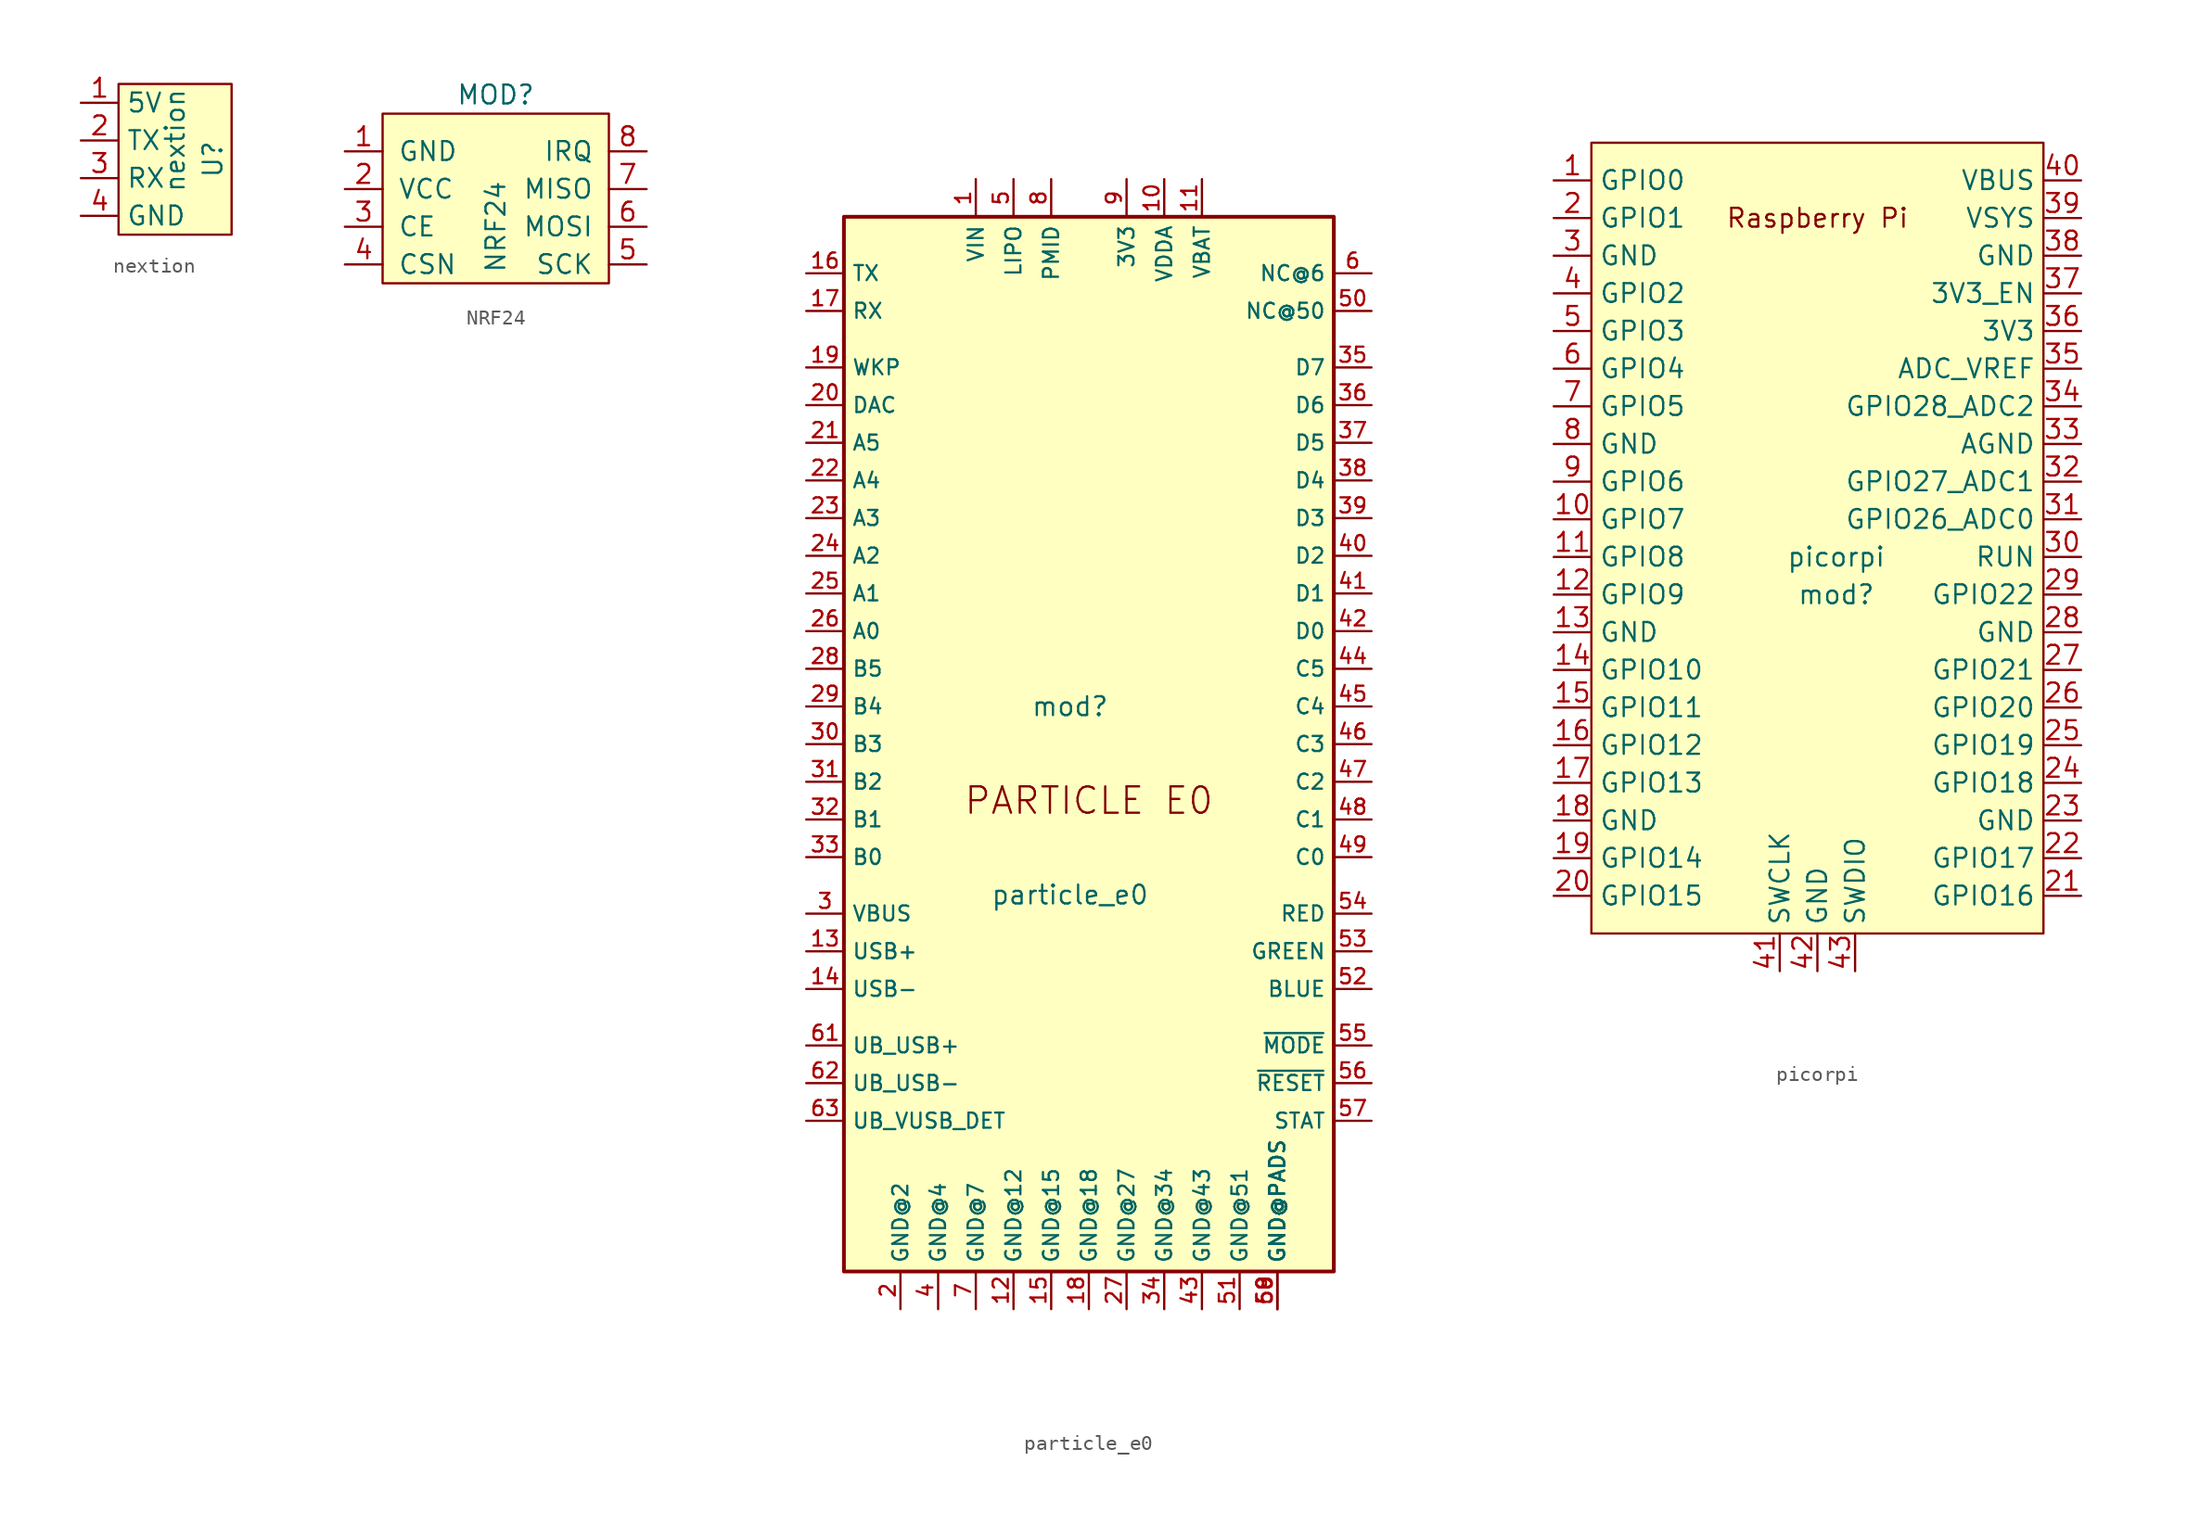
<source format=kicad_sym>
(kicad_symbol_lib
  (version 20201005)
  (generator kicad_symbol_editor)
  (symbol "modulles:nextion"
    (property "Reference" "U"
      (at 6.35 -3.81 90)
      (effects (font (size 1.27 1.27))))
    (property "Value" "nextion"
      (at 3.81 -2.54 90)
      (effects (font (size 1.27 1.27))))
    (symbol "nextion_0_1"
      (rectangle (start 0 1.27) (end 7.62 -8.89) (stroke (width 0.152)) (fill (type background))))
    (symbol "nextion_1_1"
      (pin power_in line (at -2.54 0 0) (length 2.54) (name "5V" (effects (font (size 1.27 1.27)))) (number "1" (effects (font (size 1.27 1.27)))))
      (pin output line (at -2.54 -2.54 0) (length 2.54) (name "TX" (effects (font (size 1.27 1.27)))) (number "2" (effects (font (size 1.27 1.27)))))
      (pin output line (at -2.54 -5.08 0) (length 2.54) (name "RX" (effects (font (size 1.27 1.27)))) (number "3" (effects (font (size 1.27 1.27)))))
      (pin power_out line (at -2.54 -7.62 0) (length 2.54) (name "GND" (effects (font (size 1.27 1.27)))) (number "4" (effects (font (size 1.27 1.27)))))))
  (symbol "modulles:NRF24"
    (pin_names
      (offset 1.016))
    (property "Reference" "MOD"
      (at 0 8.89 0)
      (effects (font (size 1.27 1.27))))
    (property "Value" "NRF24"
      (at 0 0 90)
      (effects (font (size 1.27 1.27))))
    (symbol "NRF24_0_1"
      (rectangle (start -7.62 7.62) (end 7.62 -3.81) (stroke (width 0)) (fill (type background))))
    (symbol "NRF24_1_1"
      (pin unspecified line (at -10.16 5.08 0) (length 2.54) (name "GND" (effects (font (size 1.27 1.27)))) (number "1" (effects (font (size 1.27 1.27)))))
      (pin unspecified line (at -10.16 2.54 0) (length 2.54) (name "VCC" (effects (font (size 1.27 1.27)))) (number "2" (effects (font (size 1.27 1.27)))))
      (pin unspecified line (at -10.16 0 0) (length 2.54) (name "CE" (effects (font (size 1.27 1.27)))) (number "3" (effects (font (size 1.27 1.27)))))
      (pin unspecified line (at -10.16 -2.54 0) (length 2.54) (name "CSN" (effects (font (size 1.27 1.27)))) (number "4" (effects (font (size 1.27 1.27)))))
      (pin unspecified line (at 10.16 -2.54 180) (length 2.54) (name "SCK" (effects (font (size 1.27 1.27)))) (number "5" (effects (font (size 1.27 1.27)))))
      (pin unspecified line (at 10.16 0 180) (length 2.54) (name "MOSI" (effects (font (size 1.27 1.27)))) (number "6" (effects (font (size 1.27 1.27)))))
      (pin unspecified line (at 10.16 2.54 180) (length 2.54) (name "MISO" (effects (font (size 1.27 1.27)))) (number "7" (effects (font (size 1.27 1.27)))))
      (pin unspecified line (at 10.16 5.08 180) (length 2.54) (name "IRQ" (effects (font (size 1.27 1.27)))) (number "8" (effects (font (size 1.27 1.27)))))))
  (symbol "modulles:particle_e0"
    (property "Reference" "mod"
      (at -1.27 -1.27 0)
      (effects (font (size 1.27 1.27))))
    (property "Value" "particle_e0"
      (at -1.27 -13.97 0)
      (effects (font (size 1.27 1.27))))
    (symbol "particle_e0_0_0"
      (text "PARTICLE E0" (at 0 -7.62 0) (effects (font (size 1.778 1.778))))
      (rectangle (start -16.51 -39.37) (end 16.51 31.75) (stroke (width 0.254)) (fill (type background)))
      (pin bidirectional line (at -7.62 34.29 270) (length 2.54) (name "VIN" (effects (font (size 1.016 1.016)))) (number "1" (effects (font (size 1.016 1.016)))))
      (pin bidirectional line (at 5.08 34.29 270) (length 2.54) (name "VDDA" (effects (font (size 1.016 1.016)))) (number "10" (effects (font (size 1.016 1.016)))))
      (pin bidirectional line (at 7.62 34.29 270) (length 2.54) (name "VBAT" (effects (font (size 1.016 1.016)))) (number "11" (effects (font (size 1.016 1.016)))))
      (pin bidirectional line (at -5.08 -41.91 90) (length 2.54) (name "GND@12" (effects (font (size 1.016 1.016)))) (number "12" (effects (font (size 1.016 1.016)))))
      (pin bidirectional line (at -19.05 -17.78 0) (length 2.54) (name "USB+" (effects (font (size 1.016 1.016)))) (number "13" (effects (font (size 1.016 1.016)))))
      (pin bidirectional line (at -19.05 -20.32 0) (length 2.54) (name "USB-" (effects (font (size 1.016 1.016)))) (number "14" (effects (font (size 1.016 1.016)))))
      (pin bidirectional line (at -2.54 -41.91 90) (length 2.54) (name "GND@15" (effects (font (size 1.016 1.016)))) (number "15" (effects (font (size 1.016 1.016)))))
      (pin bidirectional line (at -19.05 27.94 0) (length 2.54) (name "TX" (effects (font (size 1.016 1.016)))) (number "16" (effects (font (size 1.016 1.016)))))
      (pin bidirectional line (at -19.05 25.4 0) (length 2.54) (name "RX" (effects (font (size 1.016 1.016)))) (number "17" (effects (font (size 1.016 1.016)))))
      (pin bidirectional line (at 0 -41.91 90) (length 2.54) (name "GND@18" (effects (font (size 1.016 1.016)))) (number "18" (effects (font (size 1.016 1.016)))))
      (pin bidirectional line (at -19.05 21.59 0) (length 2.54) (name "WKP" (effects (font (size 1.016 1.016)))) (number "19" (effects (font (size 1.016 1.016)))))
      (pin bidirectional line (at -12.7 -41.91 90) (length 2.54) (name "GND@2" (effects (font (size 1.016 1.016)))) (number "2" (effects (font (size 1.016 1.016)))))
      (pin bidirectional line (at -19.05 19.05 0) (length 2.54) (name "DAC" (effects (font (size 1.016 1.016)))) (number "20" (effects (font (size 1.016 1.016)))))
      (pin bidirectional line (at -19.05 16.51 0) (length 2.54) (name "A5" (effects (font (size 1.016 1.016)))) (number "21" (effects (font (size 1.016 1.016)))))
      (pin bidirectional line (at -19.05 13.97 0) (length 2.54) (name "A4" (effects (font (size 1.016 1.016)))) (number "22" (effects (font (size 1.016 1.016)))))
      (pin bidirectional line (at -19.05 11.43 0) (length 2.54) (name "A3" (effects (font (size 1.016 1.016)))) (number "23" (effects (font (size 1.016 1.016)))))
      (pin bidirectional line (at -19.05 8.89 0) (length 2.54) (name "A2" (effects (font (size 1.016 1.016)))) (number "24" (effects (font (size 1.016 1.016)))))
      (pin bidirectional line (at -19.05 6.35 0) (length 2.54) (name "A1" (effects (font (size 1.016 1.016)))) (number "25" (effects (font (size 1.016 1.016)))))
      (pin bidirectional line (at -19.05 3.81 0) (length 2.54) (name "A0" (effects (font (size 1.016 1.016)))) (number "26" (effects (font (size 1.016 1.016)))))
      (pin bidirectional line (at 2.54 -41.91 90) (length 2.54) (name "GND@27" (effects (font (size 1.016 1.016)))) (number "27" (effects (font (size 1.016 1.016)))))
      (pin bidirectional line (at -19.05 1.27 0) (length 2.54) (name "B5" (effects (font (size 1.016 1.016)))) (number "28" (effects (font (size 1.016 1.016)))))
      (pin bidirectional line (at -19.05 -1.27 0) (length 2.54) (name "B4" (effects (font (size 1.016 1.016)))) (number "29" (effects (font (size 1.016 1.016)))))
      (pin bidirectional line (at -19.05 -15.24 0) (length 2.54) (name "VBUS" (effects (font (size 1.016 1.016)))) (number "3" (effects (font (size 1.016 1.016)))))
      (pin bidirectional line (at -19.05 -3.81 0) (length 2.54) (name "B3" (effects (font (size 1.016 1.016)))) (number "30" (effects (font (size 1.016 1.016)))))
      (pin bidirectional line (at -19.05 -6.35 0) (length 2.54) (name "B2" (effects (font (size 1.016 1.016)))) (number "31" (effects (font (size 1.016 1.016)))))
      (pin bidirectional line (at -19.05 -8.89 0) (length 2.54) (name "B1" (effects (font (size 1.016 1.016)))) (number "32" (effects (font (size 1.016 1.016)))))
      (pin bidirectional line (at -19.05 -11.43 0) (length 2.54) (name "B0" (effects (font (size 1.016 1.016)))) (number "33" (effects (font (size 1.016 1.016)))))
      (pin bidirectional line (at 5.08 -41.91 90) (length 2.54) (name "GND@34" (effects (font (size 1.016 1.016)))) (number "34" (effects (font (size 1.016 1.016)))))
      (pin bidirectional line (at 19.05 21.59 180) (length 2.54) (name "D7" (effects (font (size 1.016 1.016)))) (number "35" (effects (font (size 1.016 1.016)))))
      (pin bidirectional line (at 19.05 19.05 180) (length 2.54) (name "D6" (effects (font (size 1.016 1.016)))) (number "36" (effects (font (size 1.016 1.016)))))
      (pin bidirectional line (at 19.05 16.51 180) (length 2.54) (name "D5" (effects (font (size 1.016 1.016)))) (number "37" (effects (font (size 1.016 1.016)))))
      (pin bidirectional line (at 19.05 13.97 180) (length 2.54) (name "D4" (effects (font (size 1.016 1.016)))) (number "38" (effects (font (size 1.016 1.016)))))
      (pin bidirectional line (at 19.05 11.43 180) (length 2.54) (name "D3" (effects (font (size 1.016 1.016)))) (number "39" (effects (font (size 1.016 1.016)))))
      (pin bidirectional line (at -10.16 -41.91 90) (length 2.54) (name "GND@4" (effects (font (size 1.016 1.016)))) (number "4" (effects (font (size 1.016 1.016)))))
      (pin bidirectional line (at 19.05 8.89 180) (length 2.54) (name "D2" (effects (font (size 1.016 1.016)))) (number "40" (effects (font (size 1.016 1.016)))))
      (pin bidirectional line (at 19.05 6.35 180) (length 2.54) (name "D1" (effects (font (size 1.016 1.016)))) (number "41" (effects (font (size 1.016 1.016)))))
      (pin bidirectional line (at 19.05 3.81 180) (length 2.54) (name "D0" (effects (font (size 1.016 1.016)))) (number "42" (effects (font (size 1.016 1.016)))))
      (pin bidirectional line (at 7.62 -41.91 90) (length 2.54) (name "GND@43" (effects (font (size 1.016 1.016)))) (number "43" (effects (font (size 1.016 1.016)))))
      (pin bidirectional line (at 19.05 1.27 180) (length 2.54) (name "C5" (effects (font (size 1.016 1.016)))) (number "44" (effects (font (size 1.016 1.016)))))
      (pin bidirectional line (at 19.05 -1.27 180) (length 2.54) (name "C4" (effects (font (size 1.016 1.016)))) (number "45" (effects (font (size 1.016 1.016)))))
      (pin bidirectional line (at 19.05 -3.81 180) (length 2.54) (name "C3" (effects (font (size 1.016 1.016)))) (number "46" (effects (font (size 1.016 1.016)))))
      (pin bidirectional line (at 19.05 -6.35 180) (length 2.54) (name "C2" (effects (font (size 1.016 1.016)))) (number "47" (effects (font (size 1.016 1.016)))))
      (pin bidirectional line (at 19.05 -8.89 180) (length 2.54) (name "C1" (effects (font (size 1.016 1.016)))) (number "48" (effects (font (size 1.016 1.016)))))
      (pin bidirectional line (at 19.05 -11.43 180) (length 2.54) (name "C0" (effects (font (size 1.016 1.016)))) (number "49" (effects (font (size 1.016 1.016)))))
      (pin bidirectional line (at -5.08 34.29 270) (length 2.54) (name "LIPO" (effects (font (size 1.016 1.016)))) (number "5" (effects (font (size 1.016 1.016)))))
      (pin bidirectional line (at 19.05 25.4 180) (length 2.54) (name "NC@50" (effects (font (size 1.016 1.016)))) (number "50" (effects (font (size 1.016 1.016)))))
      (pin bidirectional line (at 10.16 -41.91 90) (length 2.54) (name "GND@51" (effects (font (size 1.016 1.016)))) (number "51" (effects (font (size 1.016 1.016)))))
      (pin bidirectional line (at 19.05 -20.32 180) (length 2.54) (name "BLUE" (effects (font (size 1.016 1.016)))) (number "52" (effects (font (size 1.016 1.016)))))
      (pin bidirectional line (at 19.05 -17.78 180) (length 2.54) (name "GREEN" (effects (font (size 1.016 1.016)))) (number "53" (effects (font (size 1.016 1.016)))))
      (pin bidirectional line (at 19.05 -15.24 180) (length 2.54) (name "RED" (effects (font (size 1.016 1.016)))) (number "54" (effects (font (size 1.016 1.016)))))
      (pin bidirectional line (at 19.05 -24.13 180) (length 2.54) (name "~MODE" (effects (font (size 1.016 1.016)))) (number "55" (effects (font (size 1.016 1.016)))))
      (pin bidirectional line (at 19.05 -26.67 180) (length 2.54) (name "~RESET" (effects (font (size 1.016 1.016)))) (number "56" (effects (font (size 1.016 1.016)))))
      (pin bidirectional line (at 19.05 -29.21 180) (length 2.54) (name "STAT" (effects (font (size 1.016 1.016)))) (number "57" (effects (font (size 1.016 1.016)))))
      (pin bidirectional line (at 12.7 -41.91 90) (length 2.54) (name "GND@PADS" (effects (font (size 1.016 1.016)))) (number "58" (effects (font (size 1.016 1.016)))))
      (pin bidirectional line (at 12.7 -41.91 90) (length 2.54) (name "GND@PADS" (effects (font (size 1.016 1.016)))) (number "59" (effects (font (size 1.016 1.016)))))
      (pin bidirectional line (at 19.05 27.94 180) (length 2.54) (name "NC@6" (effects (font (size 1.016 1.016)))) (number "6" (effects (font (size 1.016 1.016)))))
      (pin bidirectional line (at 12.7 -41.91 90) (length 2.54) (name "GND@PADS" (effects (font (size 1.016 1.016)))) (number "60" (effects (font (size 1.016 1.016)))))
      (pin bidirectional line (at -19.05 -24.13 0) (length 2.54) (name "UB_USB+" (effects (font (size 1.016 1.016)))) (number "61" (effects (font (size 1.016 1.016)))))
      (pin bidirectional line (at -19.05 -26.67 0) (length 2.54) (name "UB_USB-" (effects (font (size 1.016 1.016)))) (number "62" (effects (font (size 1.016 1.016)))))
      (pin bidirectional line (at -19.05 -29.21 0) (length 2.54) (name "UB_VUSB_DET" (effects (font (size 1.016 1.016)))) (number "63" (effects (font (size 1.016 1.016)))))
      (pin bidirectional line (at -7.62 -41.91 90) (length 2.54) (name "GND@7" (effects (font (size 1.016 1.016)))) (number "7" (effects (font (size 1.016 1.016)))))
      (pin bidirectional line (at -2.54 34.29 270) (length 2.54) (name "PMID" (effects (font (size 1.016 1.016)))) (number "8" (effects (font (size 1.016 1.016)))))
      (pin bidirectional line (at 2.54 34.29 270) (length 2.54) (name "3V3" (effects (font (size 1.016 1.016)))) (number "9" (effects (font (size 1.016 1.016)))))))
  (symbol "modulles:picorpi"
    (property "Reference" "mod"
      (at 0 0 0)
      (effects (font (size 1.27 1.27))))
    (property "Value" "picorpi"
      (at 0 2.54 0)
      (effects (font (size 1.27 1.27))))
    (symbol "picorpi_0_0"
      (text "Raspberry Pi" (at -1.27 25.4 0) (effects (font (size 1.27 1.27)))))
    (symbol "picorpi_0_1"
      (rectangle (start -16.51 30.48) (end 13.97 -22.86) (stroke (width 0)) (fill (type background))))
    (symbol "picorpi_1_1"
      (pin bidirectional line (at -19.05 27.94 0) (length 2.54) (name "GPIO0" (effects (font (size 1.27 1.27)))) (number "1" (effects (font (size 1.27 1.27)))))
      (pin bidirectional line (at -19.05 5.08 0) (length 2.54) (name "GPIO7" (effects (font (size 1.27 1.27)))) (number "10" (effects (font (size 1.27 1.27)))))
      (pin bidirectional line (at -19.05 2.54 0) (length 2.54) (name "GPIO8" (effects (font (size 1.27 1.27)))) (number "11" (effects (font (size 1.27 1.27)))))
      (pin bidirectional line (at -19.05 0 0) (length 2.54) (name "GPIO9" (effects (font (size 1.27 1.27)))) (number "12" (effects (font (size 1.27 1.27)))))
      (pin power_in line (at -19.05 -2.54 0) (length 2.54) (name "GND" (effects (font (size 1.27 1.27)))) (number "13" (effects (font (size 1.27 1.27)))))
      (pin bidirectional line (at -19.05 -5.08 0) (length 2.54) (name "GPIO10" (effects (font (size 1.27 1.27)))) (number "14" (effects (font (size 1.27 1.27)))))
      (pin bidirectional line (at -19.05 -7.62 0) (length 2.54) (name "GPIO11" (effects (font (size 1.27 1.27)))) (number "15" (effects (font (size 1.27 1.27)))))
      (pin bidirectional line (at -19.05 -10.16 0) (length 2.54) (name "GPIO12" (effects (font (size 1.27 1.27)))) (number "16" (effects (font (size 1.27 1.27)))))
      (pin bidirectional line (at -19.05 -12.7 0) (length 2.54) (name "GPIO13" (effects (font (size 1.27 1.27)))) (number "17" (effects (font (size 1.27 1.27)))))
      (pin power_in line (at -19.05 -15.24 0) (length 2.54) (name "GND" (effects (font (size 1.27 1.27)))) (number "18" (effects (font (size 1.27 1.27)))))
      (pin bidirectional line (at -19.05 -17.78 0) (length 2.54) (name "GPIO14" (effects (font (size 1.27 1.27)))) (number "19" (effects (font (size 1.27 1.27)))))
      (pin bidirectional line (at -19.05 25.4 0) (length 2.54) (name "GPIO1" (effects (font (size 1.27 1.27)))) (number "2" (effects (font (size 1.27 1.27)))))
      (pin bidirectional line (at -19.05 -20.32 0) (length 2.54) (name "GPIO15" (effects (font (size 1.27 1.27)))) (number "20" (effects (font (size 1.27 1.27)))))
      (pin bidirectional line (at 16.51 -20.32 180) (length 2.54) (name "GPIO16" (effects (font (size 1.27 1.27)))) (number "21" (effects (font (size 1.27 1.27)))))
      (pin bidirectional line (at 16.51 -17.78 180) (length 2.54) (name "GPIO17" (effects (font (size 1.27 1.27)))) (number "22" (effects (font (size 1.27 1.27)))))
      (pin power_in line (at 16.51 -15.24 180) (length 2.54) (name "GND" (effects (font (size 1.27 1.27)))) (number "23" (effects (font (size 1.27 1.27)))))
      (pin bidirectional line (at 16.51 -12.7 180) (length 2.54) (name "GPIO18" (effects (font (size 1.27 1.27)))) (number "24" (effects (font (size 1.27 1.27)))))
      (pin bidirectional line (at 16.51 -10.16 180) (length 2.54) (name "GPIO19" (effects (font (size 1.27 1.27)))) (number "25" (effects (font (size 1.27 1.27)))))
      (pin bidirectional line (at 16.51 -7.62 180) (length 2.54) (name "GPIO20" (effects (font (size 1.27 1.27)))) (number "26" (effects (font (size 1.27 1.27)))))
      (pin bidirectional line (at 16.51 -5.08 180) (length 2.54) (name "GPIO21" (effects (font (size 1.27 1.27)))) (number "27" (effects (font (size 1.27 1.27)))))
      (pin power_in line (at 16.51 -2.54 180) (length 2.54) (name "GND" (effects (font (size 1.27 1.27)))) (number "28" (effects (font (size 1.27 1.27)))))
      (pin bidirectional line (at 16.51 0 180) (length 2.54) (name "GPIO22" (effects (font (size 1.27 1.27)))) (number "29" (effects (font (size 1.27 1.27)))))
      (pin power_in line (at -19.05 22.86 0) (length 2.54) (name "GND" (effects (font (size 1.27 1.27)))) (number "3" (effects (font (size 1.27 1.27)))))
      (pin input line (at 16.51 2.54 180) (length 2.54) (name "RUN" (effects (font (size 1.27 1.27)))) (number "30" (effects (font (size 1.27 1.27)))))
      (pin bidirectional line (at 16.51 5.08 180) (length 2.54) (name "GPIO26_ADC0" (effects (font (size 1.27 1.27)))) (number "31" (effects (font (size 1.27 1.27)))))
      (pin bidirectional line (at 16.51 7.62 180) (length 2.54) (name "GPIO27_ADC1" (effects (font (size 1.27 1.27)))) (number "32" (effects (font (size 1.27 1.27)))))
      (pin power_in line (at 16.51 10.16 180) (length 2.54) (name "AGND" (effects (font (size 1.27 1.27)))) (number "33" (effects (font (size 1.27 1.27)))))
      (pin bidirectional line (at 16.51 12.7 180) (length 2.54) (name "GPIO28_ADC2" (effects (font (size 1.27 1.27)))) (number "34" (effects (font (size 1.27 1.27)))))
      (pin unspecified line (at 16.51 15.24 180) (length 2.54) (name "ADC_VREF" (effects (font (size 1.27 1.27)))) (number "35" (effects (font (size 1.27 1.27)))))
      (pin unspecified line (at 16.51 17.78 180) (length 2.54) (name "3V3" (effects (font (size 1.27 1.27)))) (number "36" (effects (font (size 1.27 1.27)))))
      (pin input line (at 16.51 20.32 180) (length 2.54) (name "3V3_EN" (effects (font (size 1.27 1.27)))) (number "37" (effects (font (size 1.27 1.27)))))
      (pin bidirectional line (at 16.51 22.86 180) (length 2.54) (name "GND" (effects (font (size 1.27 1.27)))) (number "38" (effects (font (size 1.27 1.27)))))
      (pin unspecified line (at 16.51 25.4 180) (length 2.54) (name "VSYS" (effects (font (size 1.27 1.27)))) (number "39" (effects (font (size 1.27 1.27)))))
      (pin bidirectional line (at -19.05 20.32 0) (length 2.54) (name "GPIO2" (effects (font (size 1.27 1.27)))) (number "4" (effects (font (size 1.27 1.27)))))
      (pin unspecified line (at 16.51 27.94 180) (length 2.54) (name "VBUS" (effects (font (size 1.27 1.27)))) (number "40" (effects (font (size 1.27 1.27)))))
      (pin input line (at -3.81 -25.4 90) (length 2.54) (name "SWCLK" (effects (font (size 1.27 1.27)))) (number "41" (effects (font (size 1.27 1.27)))))
      (pin power_in line (at -1.27 -25.4 90) (length 2.54) (name "GND" (effects (font (size 1.27 1.27)))) (number "42" (effects (font (size 1.27 1.27)))))
      (pin bidirectional line (at 1.27 -25.4 90) (length 2.54) (name "SWDIO" (effects (font (size 1.27 1.27)))) (number "43" (effects (font (size 1.27 1.27)))))
      (pin bidirectional line (at -19.05 17.78 0) (length 2.54) (name "GPIO3" (effects (font (size 1.27 1.27)))) (number "5" (effects (font (size 1.27 1.27)))))
      (pin bidirectional line (at -19.05 15.24 0) (length 2.54) (name "GPIO4" (effects (font (size 1.27 1.27)))) (number "6" (effects (font (size 1.27 1.27)))))
      (pin bidirectional line (at -19.05 12.7 0) (length 2.54) (name "GPIO5" (effects (font (size 1.27 1.27)))) (number "7" (effects (font (size 1.27 1.27)))))
      (pin power_in line (at -19.05 10.16 0) (length 2.54) (name "GND" (effects (font (size 1.27 1.27)))) (number "8" (effects (font (size 1.27 1.27)))))
      (pin bidirectional line (at -19.05 7.62 0) (length 2.54) (name "GPIO6" (effects (font (size 1.27 1.27)))) (number "9" (effects (font (size 1.27 1.27))))))))
</source>
